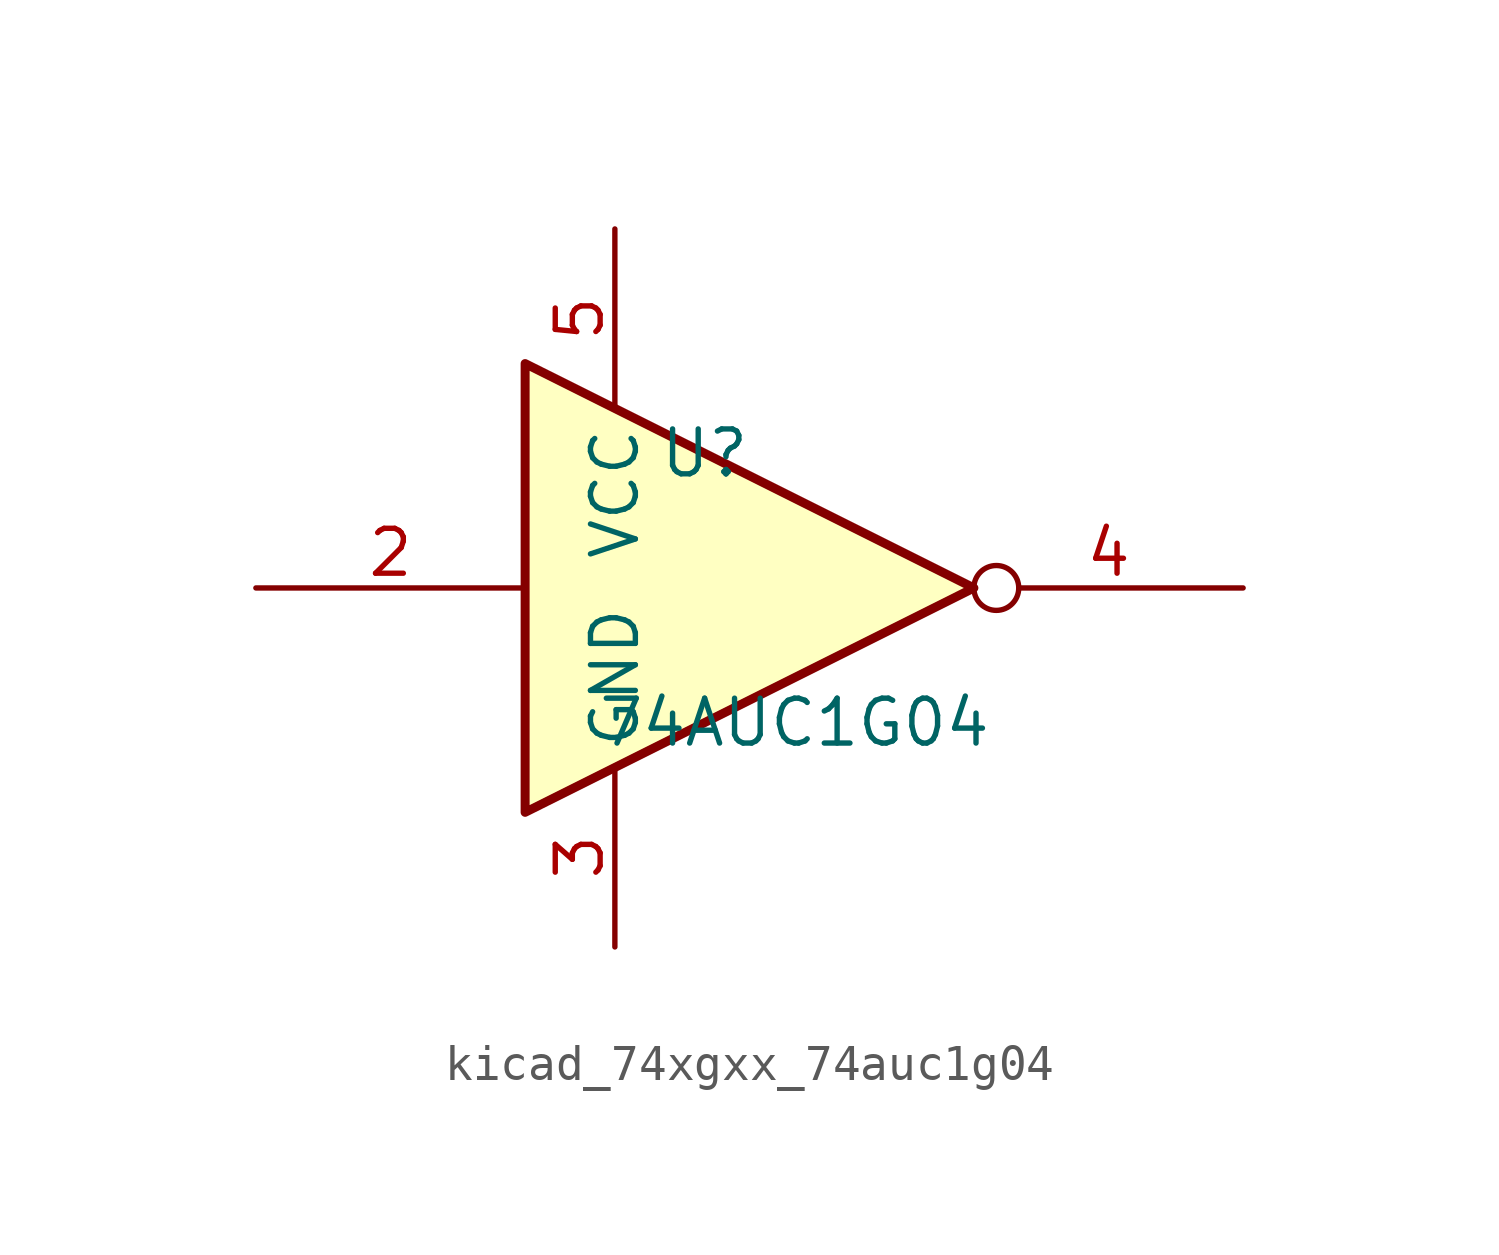
<source format=kicad_sym>
(kicad_symbol_lib
  (version 20220914)
  (generator kicad_symbol_editor)
  (symbol "kicad_74xgxx_74auc1g04"
    (property "Reference" "U"
      (at -2.54 3.81 0)
      (effects (font (size 1.27 1.27))))
    (property "Value" "74AUC1G04"
      (at 0 -3.81 0)
      (effects (font (size 1.27 1.27))))
    (symbol "kicad_74xgxx_74auc1g04_0_1"
      (polyline (pts (xy -7.62 6.35) (xy -7.62 -6.35) (xy 5.08 0) (xy -7.62 6.35)) (stroke (width 0.254) (type default)) (fill (type background))))
    (symbol "kicad_74xgxx_74auc1g04_1_1"
      (pin input line (at -15.24 0 0) (length 7.62) (name "~" (effects (font (size 1.27 1.27)))) (number "2" (effects (font (size 1.27 1.27)))))
      (pin power_in line (at -5.08 -10.16 90) (length 5.08) (name "GND" (effects (font (size 1.27 1.27)))) (number "3" (effects (font (size 1.27 1.27)))))
      (pin output inverted (at 12.7 0 180) (length 7.62) (name "~" (effects (font (size 1.27 1.27)))) (number "4" (effects (font (size 1.27 1.27)))))
      (pin power_in line (at -5.08 10.16 270) (length 5.08) (name "VCC" (effects (font (size 1.27 1.27)))) (number "5" (effects (font (size 1.27 1.27))))))))
</source>
